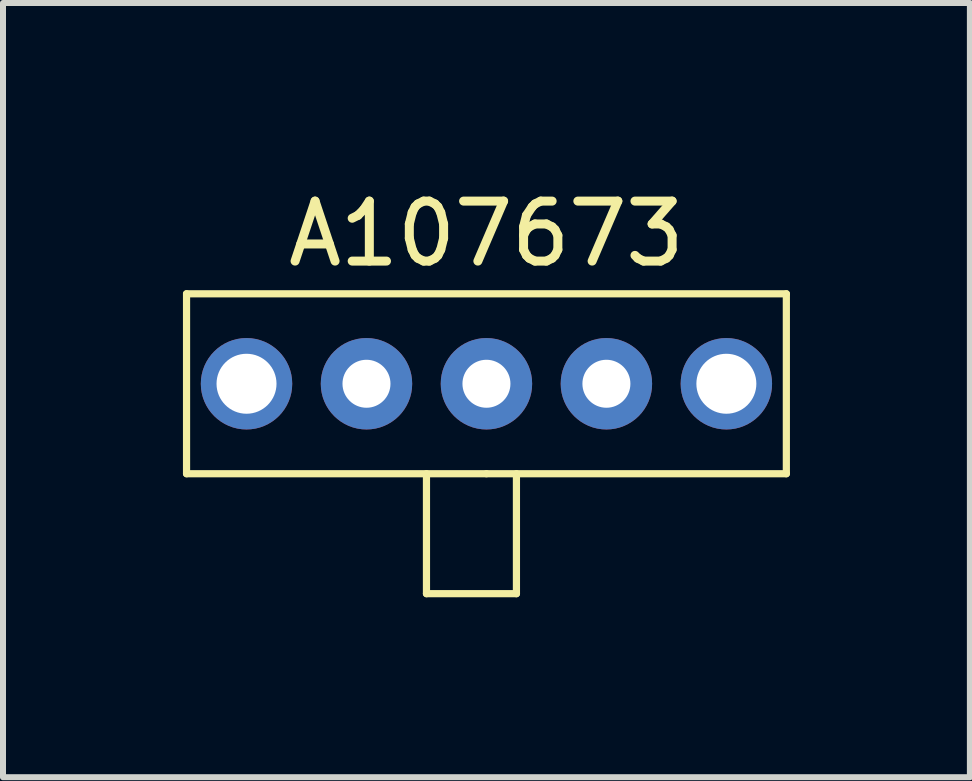
<source format=kicad_pcb>
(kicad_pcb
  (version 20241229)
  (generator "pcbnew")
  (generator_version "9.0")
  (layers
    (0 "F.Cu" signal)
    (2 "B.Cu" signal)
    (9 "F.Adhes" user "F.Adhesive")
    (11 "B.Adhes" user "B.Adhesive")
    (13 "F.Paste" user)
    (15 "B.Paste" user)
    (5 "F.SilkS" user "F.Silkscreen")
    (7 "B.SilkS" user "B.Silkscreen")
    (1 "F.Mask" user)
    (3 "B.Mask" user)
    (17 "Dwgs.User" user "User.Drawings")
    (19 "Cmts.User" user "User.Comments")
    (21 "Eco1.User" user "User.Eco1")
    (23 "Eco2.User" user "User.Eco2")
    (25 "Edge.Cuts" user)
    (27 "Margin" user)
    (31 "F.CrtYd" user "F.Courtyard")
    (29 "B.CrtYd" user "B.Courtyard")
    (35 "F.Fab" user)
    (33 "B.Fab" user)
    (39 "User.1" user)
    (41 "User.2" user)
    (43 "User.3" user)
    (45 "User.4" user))
  (footprint "A107673"
    (layer "F.Cu")
    (at 5.06 0.348)
    (property "Reference" "A107673" (at 0 0.5 180) (layer "F.SilkS") (effects (font (size 1 1) (thickness 0.15))))
    (attr through_hole)
    (fp_line (start -5 1.5) (end 5 1.5) (stroke (width 0.12) (type solid)) (layer "F.SilkS"))
    (fp_line (start -5 4.5) (end -5 1.5) (stroke (width 0.12) (type solid)) (layer "F.SilkS"))
    (fp_line (start -1 4.5) (end -1 6.5) (stroke (width 0.12) (type solid)) (layer "F.SilkS"))
    (fp_line (start -1 6.5) (end 0.5 6.5) (stroke (width 0.12) (type solid)) (layer "F.SilkS"))
    (fp_line (start 0 4.5) (end -5 4.5) (stroke (width 0.12) (type solid)) (layer "F.SilkS"))
    (fp_line (start 0 4.5) (end 5 4.5) (stroke (width 0.12) (type solid)) (layer "F.SilkS"))
    (fp_line (start 0.5 6.5) (end 0.5 4.5) (stroke (width 0.12) (type solid)) (layer "F.SilkS"))
    (fp_line (start 5 4.5) (end 5 1.5) (stroke (width 0.12) (type solid)) (layer "F.SilkS"))
    (pad "1" thru_hole circle (at -2 3) (size 1.524 1.524) (drill 0.8) (layers "*.Cu" "*.Mask"))
    (pad "2" thru_hole circle (at 0 3) (size 1.524 1.524) (drill 0.8) (layers "*.Cu" "*.Mask"))
    (pad "3" thru_hole circle (at 2 3) (size 1.524 1.524) (drill 0.8) (layers "*.Cu" "*.Mask"))
    (pad "4" thru_hole circle (at 4 3) (size 1.524 1.524) (drill 1) (layers "*.Cu" "*.Mask"))
    (pad "5" thru_hole circle (at -4 3) (size 1.524 1.524) (drill 1) (layers "*.Cu" "*.Mask")))
  (gr_rect
    (start -3 -3)
    (end 13.12 9.908)
    (stroke (width 0.1) (type default))
    (fill no)
    (layer "Edge.Cuts")))
</source>
